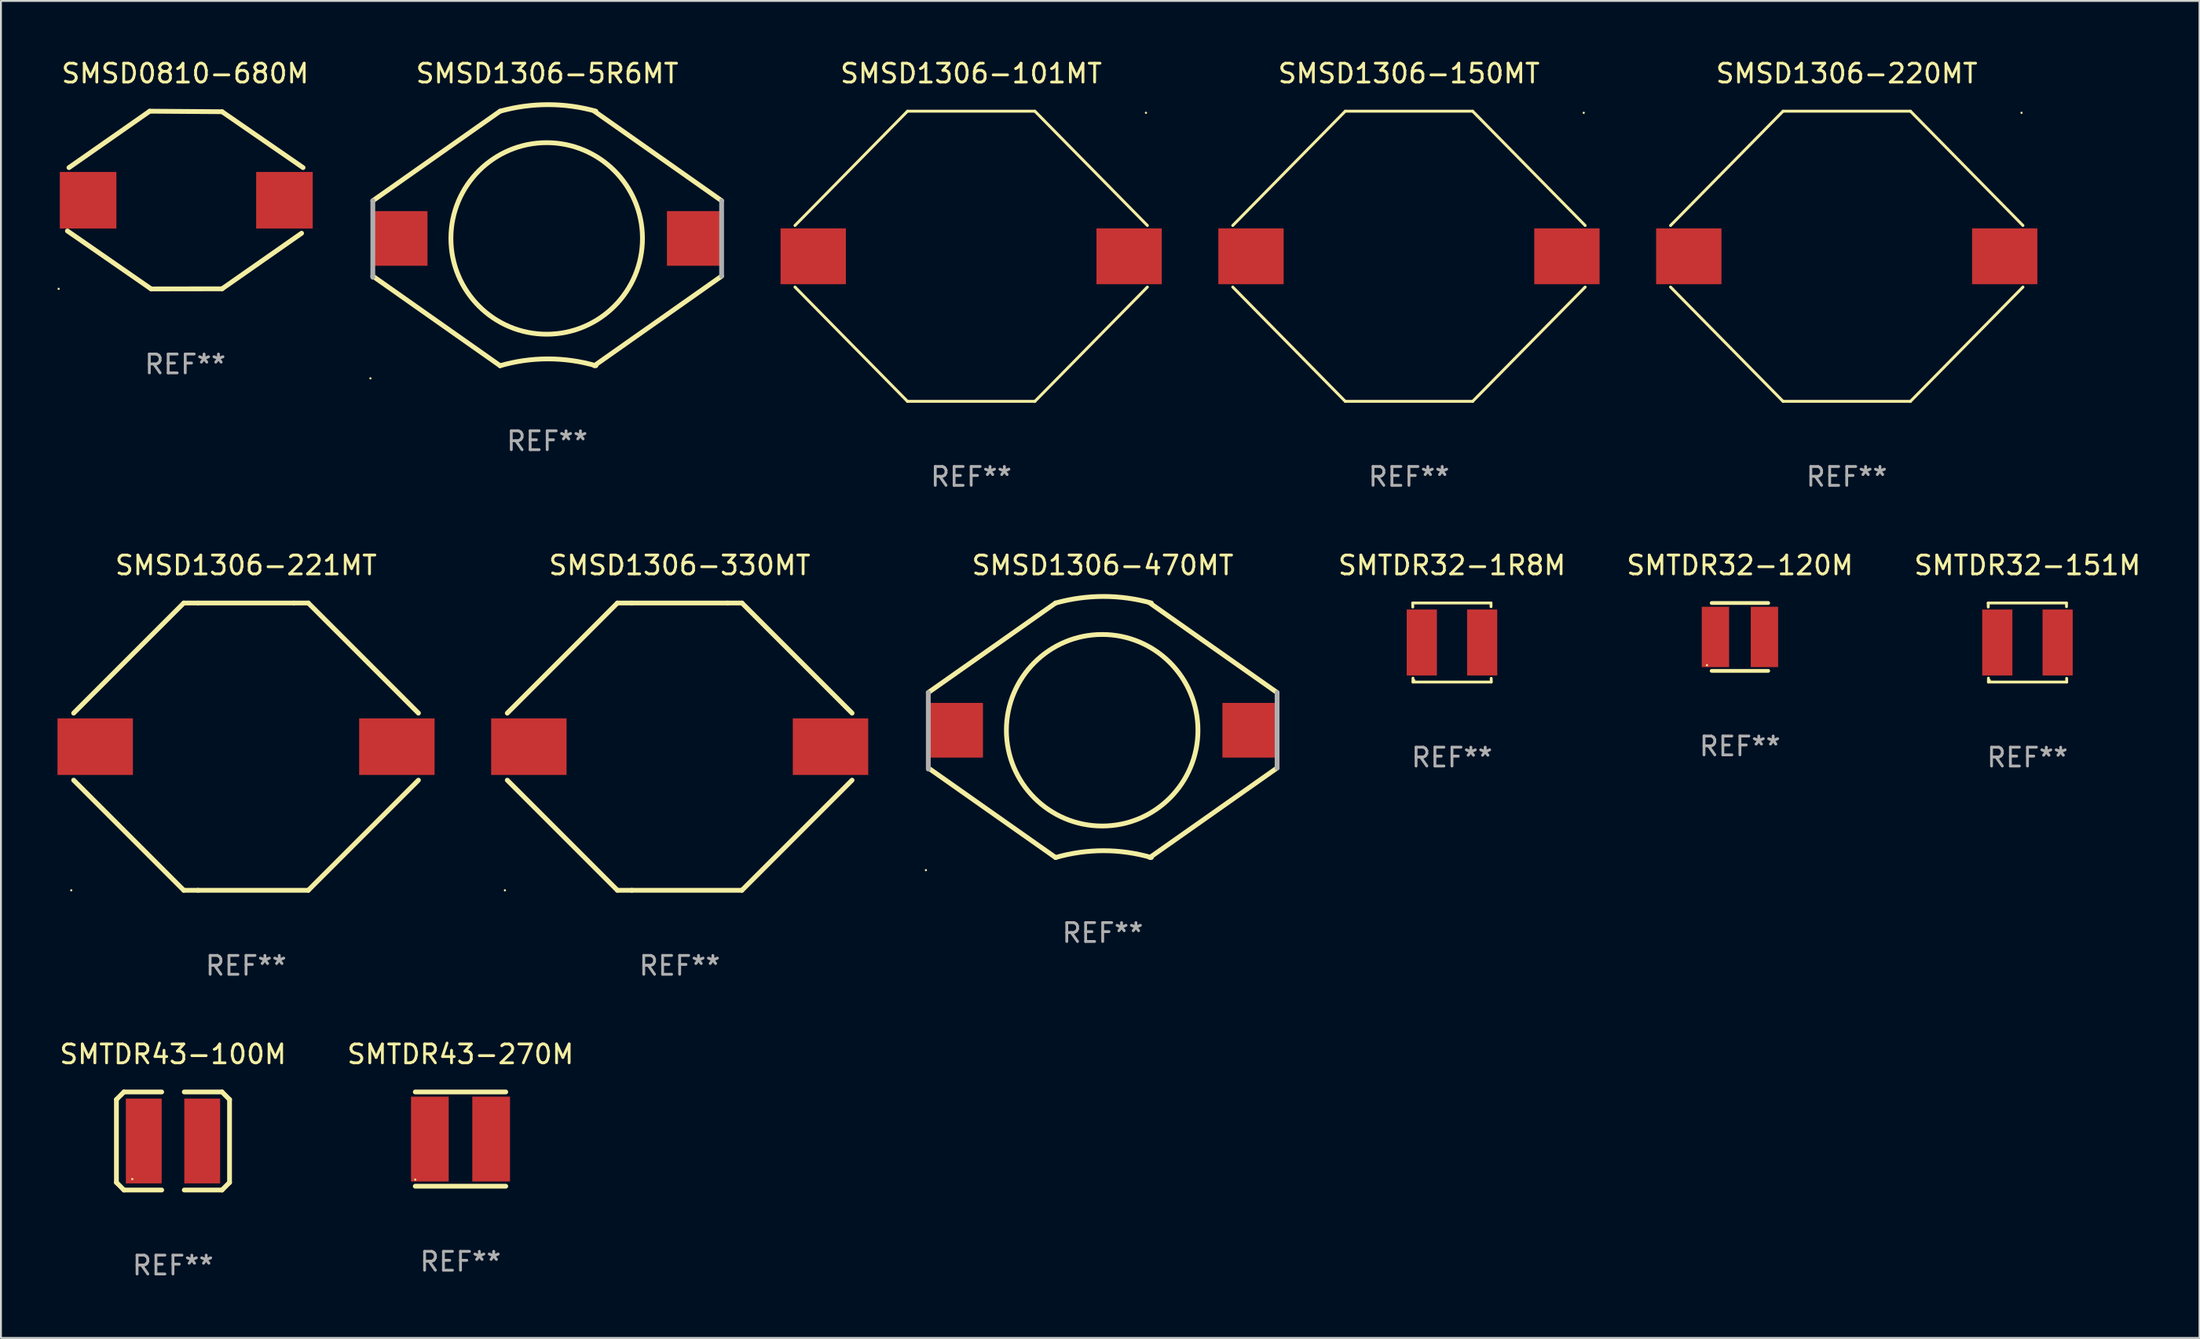
<source format=kicad_pcb>
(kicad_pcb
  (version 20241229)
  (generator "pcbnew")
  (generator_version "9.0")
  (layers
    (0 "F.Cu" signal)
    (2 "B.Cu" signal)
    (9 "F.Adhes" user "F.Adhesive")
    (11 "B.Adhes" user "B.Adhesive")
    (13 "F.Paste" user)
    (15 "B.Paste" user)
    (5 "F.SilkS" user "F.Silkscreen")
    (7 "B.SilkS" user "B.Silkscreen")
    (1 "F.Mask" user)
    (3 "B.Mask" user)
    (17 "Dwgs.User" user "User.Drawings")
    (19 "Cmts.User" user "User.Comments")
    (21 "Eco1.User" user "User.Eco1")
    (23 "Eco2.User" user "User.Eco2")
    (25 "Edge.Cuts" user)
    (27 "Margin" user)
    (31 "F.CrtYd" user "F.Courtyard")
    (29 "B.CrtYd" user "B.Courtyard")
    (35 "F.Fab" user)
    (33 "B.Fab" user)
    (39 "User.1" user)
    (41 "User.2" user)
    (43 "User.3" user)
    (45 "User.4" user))
  (footprint "SMSD1306-221MT"
    (layer "F.Cu")
    (at 10 36.557)
    (property "Reference" "SMSD1306-221MT" (at 0 -9.62 0) (layer "F.SilkS") (effects (font (size 1 1) (thickness 0.15))))
    (attr through_hole)
    (fp_line (start -3.302 -7.62) (end -9.144 -1.778) (stroke (width 0.254) (type solid)) (layer "F.SilkS"))
    (fp_line (start -3.302 7.62) (end -9.144 1.778) (stroke (width 0.254) (type solid)) (layer "F.SilkS"))
    (fp_line (start -2.541 -7.62) (end 2.539 -7.62) (stroke (width 0.254) (type solid)) (layer "F.SilkS"))
    (fp_line (start -2.541 7.62) (end 3.301 7.62) (stroke (width 0.254) (type solid)) (layer "F.SilkS"))
    (fp_line (start -2.54 -7.62) (end -3.302 -7.62) (stroke (width 0.254) (type solid)) (layer "F.SilkS"))
    (fp_line (start -2.54 7.62) (end -3.302 7.62) (stroke (width 0.254) (type solid)) (layer "F.SilkS"))
    (fp_line (start 2.54 -7.62) (end 3.302 -7.62) (stroke (width 0.254) (type solid)) (layer "F.SilkS"))
    (fp_line (start 3.301 7.62) (end 9.143 1.778) (stroke (width 0.254) (type solid)) (layer "F.SilkS"))
    (fp_line (start 3.302 -7.62) (end 9.144 -1.778) (stroke (width 0.254) (type solid)) (layer "F.SilkS"))
    (fp_circle (center -9.27 7.62) (end -9.24 7.62) (stroke (width 0.06) (type solid)) (fill no) (layer "F.SilkS"))
    (fp_text user "REF**" (at 0 11.62 0) (layer "F.Fab") (effects (font (size 1 1) (thickness 0.15))))
    (pad "1" smd rect (at -8 0) (size 4 3) (layers "F.Cu" "F.Mask" "F.Paste"))
    (pad "2" smd rect (at 8 0) (size 4 3) (layers "F.Cu" "F.Mask" "F.Paste")))
  (footprint "SMSD1306-5R6MT"
    (layer "F.Cu")
    (at 25.974 9.598)
    (property "Reference" "SMSD1306-5R6MT" (at 0 -8.75 0) (layer "F.SilkS") (effects (font (size 1 1) (thickness 0.15))))
    (attr through_hole)
    (fp_line (start -9.25 -2) (end -2.5 -6.75) (stroke (width 0.254) (type solid)) (layer "F.SilkS"))
    (fp_line (start -2.5 6.75) (end -9.25 2) (stroke (width 0.254) (type solid)) (layer "F.SilkS"))
    (fp_line (start 9.25 -2) (end 2.5 -6.75) (stroke (width 0.254) (type solid)) (layer "F.SilkS"))
    (fp_line (start 9.25 2) (end 2.5 6.75) (stroke (width 0.254) (type solid)) (layer "F.SilkS"))
    (fp_arc (start -2.499365 -6.748793) (mid 0.04064 -7.096795) (end 2.580645 -6.748793) (stroke (width 0.254001) (type solid)) (layer "F.SilkS"))
    (fp_arc (start -2.499365 6.751334) (mid 0.04064 6.390169) (end 2.580645 6.751334) (stroke (width 0.254001) (type solid)) (layer "F.SilkS"))
    (fp_circle (center -9.377 7.421) (end -9.347 7.421) (stroke (width 0.06) (type solid)) (fill no) (layer "F.SilkS"))
    (fp_circle (center -0.028 0) (end 5.052 0) (stroke (width 0.254) (type solid)) (fill no) (layer "F.SilkS"))
    (fp_line (start -9.25 -2) (end -9.25 2.06) (stroke (width 0.254) (type solid)) (layer "F.Fab"))
    (fp_line (start 9.25 2) (end 9.25 -2) (stroke (width 0.254) (type solid)) (layer "F.Fab"))
    (fp_text user "REF**" (at 0 10.75 0) (layer "F.Fab") (effects (font (size 1 1) (thickness 0.15))))
    (pad "1" smd rect (at -7.85 0) (size 3 2.9) (layers "F.Cu" "F.Mask" "F.Paste"))
    (pad "2" smd rect (at 7.85 0) (size 3 2.9) (layers "F.Cu" "F.Mask" "F.Paste")))
  (footprint "SMSD1306-470MT"
    (layer "F.Cu")
    (at 55.437 35.687)
    (property "Reference" "SMSD1306-470MT" (at 0 -8.75 0) (layer "F.SilkS") (effects (font (size 1 1) (thickness 0.15))))
    (attr through_hole)
    (fp_line (start -9.25 -2) (end -2.5 -6.75) (stroke (width 0.254) (type solid)) (layer "F.SilkS"))
    (fp_line (start -2.5 6.75) (end -9.25 2) (stroke (width 0.254) (type solid)) (layer "F.SilkS"))
    (fp_line (start 9.25 -2) (end 2.5 -6.75) (stroke (width 0.254) (type solid)) (layer "F.SilkS"))
    (fp_line (start 9.25 2) (end 2.5 6.75) (stroke (width 0.254) (type solid)) (layer "F.SilkS"))
    (fp_arc (start -2.499365 -6.748793) (mid 0.04064 -7.096795) (end 2.580645 -6.748793) (stroke (width 0.254001) (type solid)) (layer "F.SilkS"))
    (fp_arc (start -2.499365 6.751334) (mid 0.04064 6.390169) (end 2.580645 6.751334) (stroke (width 0.254001) (type solid)) (layer "F.SilkS"))
    (fp_circle (center -9.377 7.421) (end -9.347 7.421) (stroke (width 0.06) (type solid)) (fill no) (layer "F.SilkS"))
    (fp_circle (center -0.028 0) (end 5.052 0) (stroke (width 0.254) (type solid)) (fill no) (layer "F.SilkS"))
    (fp_line (start -9.25 -2) (end -9.25 2.06) (stroke (width 0.254) (type solid)) (layer "F.Fab"))
    (fp_line (start 9.25 2) (end 9.25 -2) (stroke (width 0.254) (type solid)) (layer "F.Fab"))
    (fp_text user "REF**" (at 0 10.75 0) (layer "F.Fab") (effects (font (size 1 1) (thickness 0.15))))
    (pad "1" smd rect (at -7.85 0) (size 3 2.9) (layers "F.Cu" "F.Mask" "F.Paste"))
    (pad "2" smd rect (at 7.85 0) (size 3 2.9) (layers "F.Cu" "F.Mask" "F.Paste")))
  (footprint "SMSD1306-101MT"
    (layer "F.Cu")
    (at 48.461 10.544)
    (property "Reference" "SMSD1306-101MT" (at 0 -9.696 0) (layer "F.SilkS") (effects (font (size 1 1) (thickness 0.15))))
    (attr through_hole)
    (fp_line (start -9.346 -1.632) (end -3.379 -7.696) (stroke (width 0.152) (type solid)) (layer "F.SilkS"))
    (fp_line (start -9.346 1.632) (end -3.379 7.696) (stroke (width 0.152) (type solid)) (layer "F.SilkS"))
    (fp_line (start -3.379 -7.696) (end 3.379 -7.696) (stroke (width 0.152) (type solid)) (layer "F.SilkS"))
    (fp_line (start -3.379 7.696) (end 3.379 7.696) (stroke (width 0.152) (type solid)) (layer "F.SilkS"))
    (fp_line (start 9.346 -1.632) (end 3.379 -7.696) (stroke (width 0.152) (type solid)) (layer "F.SilkS"))
    (fp_line (start 9.346 1.632) (end 3.379 7.696) (stroke (width 0.152) (type solid)) (layer "F.SilkS"))
    (fp_circle (center 9.27 -7.61) (end 9.3 -7.61) (stroke (width 0.06) (type solid)) (fill no) (layer "F.SilkS"))
    (fp_text user "REF**" (at 0 11.696 0) (layer "F.Fab") (effects (font (size 1 1) (thickness 0.15))))
    (pad "1" smd rect (at 8.378 0) (size 3.464 2.96) (layers "F.Cu" "F.Mask" "F.Paste"))
    (pad "2" smd rect (at -8.378 0) (size 3.464 2.96) (layers "F.Cu" "F.Mask" "F.Paste")))
  (footprint "SMTDR43-270M"
    (layer "F.Cu")
    (at 21.375 57.374)
    (property "Reference" "SMTDR43-270M" (at 0 -4.5 0) (layer "F.SilkS") (effects (font (size 1 1) (thickness 0.15))))
    (attr through_hole)
    (fp_line (start -2.4 -2.5) (end 2.4 -2.5) (stroke (width 0.254) (type solid)) (layer "F.SilkS"))
    (fp_line (start 2.4 2.5) (end -2.4 2.5) (stroke (width 0.254) (type solid)) (layer "F.SilkS"))
    (fp_circle (center -2.4 2.15) (end -2.37 2.15) (stroke (width 0.06) (type solid)) (fill no) (layer "F.SilkS"))
    (fp_text user "REF**" (at 0 6.5 0) (layer "F.Fab") (effects (font (size 1 1) (thickness 0.15))))
    (pad "1" smd rect (at -1.625 0) (size 2 4.5) (layers "F.Cu" "F.Mask" "F.Paste"))
    (pad "2" smd rect (at 1.625 0) (size 2 4.5) (layers "F.Cu" "F.Mask" "F.Paste")))
  (footprint "SMSD0810-680M"
    (layer "F.Cu")
    (at 6.775 7.562)
    (property "Reference" "SMSD0810-680M" (at 0 -6.714 0) (layer "F.SilkS") (effects (font (size 1 1) (thickness 0.15))))
    (attr through_hole)
    (fp_line (start -6.249 1.639) (end -1.81 4.714) (stroke (width 0.254) (type solid)) (layer "F.SilkS"))
    (fp_line (start -6.167 -1.721) (end -1.884 -4.714) (stroke (width 0.254) (type solid)) (layer "F.SilkS"))
    (fp_line (start -1.884 -4.714) (end 1.954 -4.686) (stroke (width 0.254) (type solid)) (layer "F.SilkS"))
    (fp_line (start -1.81 4.714) (end 1.953 4.708) (stroke (width 0.254) (type solid)) (layer "F.SilkS"))
    (fp_line (start 1.953 4.708) (end 6.171 1.76) (stroke (width 0.254) (type solid)) (layer "F.SilkS"))
    (fp_line (start 1.954 -4.686) (end 6.249 -1.721) (stroke (width 0.254) (type solid)) (layer "F.SilkS"))
    (fp_circle (center -6.715 4.709) (end -6.685 4.709) (stroke (width 0.06) (type solid)) (fill no) (layer "F.SilkS"))
    (fp_text user "REF**" (at 0 8.714 0) (layer "F.Fab") (effects (font (size 1 1) (thickness 0.15))))
    (pad "1" smd rect (at -5.152 0.009) (size 3 3) (layers "F.Cu" "F.Mask" "F.Paste"))
    (pad "2" smd rect (at 5.262 0.009) (size 3 3) (layers "F.Cu" "F.Mask" "F.Paste")))
  (footprint "SMSD1306-330MT"
    (layer "F.Cu")
    (at 33 36.557)
    (property "Reference" "SMSD1306-330MT" (at 0 -9.62 0) (layer "F.SilkS") (effects (font (size 1 1) (thickness 0.15))))
    (attr through_hole)
    (fp_line (start -3.302 -7.62) (end -9.144 -1.778) (stroke (width 0.254) (type solid)) (layer "F.SilkS"))
    (fp_line (start -3.302 7.62) (end -9.144 1.778) (stroke (width 0.254) (type solid)) (layer "F.SilkS"))
    (fp_line (start -2.541 -7.62) (end 2.539 -7.62) (stroke (width 0.254) (type solid)) (layer "F.SilkS"))
    (fp_line (start -2.541 7.62) (end 3.301 7.62) (stroke (width 0.254) (type solid)) (layer "F.SilkS"))
    (fp_line (start -2.54 -7.62) (end -3.302 -7.62) (stroke (width 0.254) (type solid)) (layer "F.SilkS"))
    (fp_line (start -2.54 7.62) (end -3.302 7.62) (stroke (width 0.254) (type solid)) (layer "F.SilkS"))
    (fp_line (start 2.54 -7.62) (end 3.302 -7.62) (stroke (width 0.254) (type solid)) (layer "F.SilkS"))
    (fp_line (start 3.301 7.62) (end 9.143 1.778) (stroke (width 0.254) (type solid)) (layer "F.SilkS"))
    (fp_line (start 3.302 -7.62) (end 9.144 -1.778) (stroke (width 0.254) (type solid)) (layer "F.SilkS"))
    (fp_circle (center -9.27 7.62) (end -9.24 7.62) (stroke (width 0.06) (type solid)) (fill no) (layer "F.SilkS"))
    (fp_text user "REF**" (at 0 11.62 0) (layer "F.Fab") (effects (font (size 1 1) (thickness 0.15))))
    (pad "1" smd rect (at -8 0) (size 4 3) (layers "F.Cu" "F.Mask" "F.Paste"))
    (pad "2" smd rect (at 8 0) (size 4 3) (layers "F.Cu" "F.Mask" "F.Paste")))
  (footprint "SMTDR32-1R8M"
    (layer "F.Cu")
    (at 73.963 31.033)
    (property "Reference" "SMTDR32-1R8M" (at 0 -4.096 0) (layer "F.SilkS") (effects (font (size 1 1) (thickness 0.15))))
    (attr through_hole)
    (fp_line (start -2.083 -2.096) (end -2.08 -1.88) (stroke (width 0.15) (type solid)) (layer "F.SilkS"))
    (fp_line (start -2.07 1.89) (end -2.07 2.096) (stroke (width 0.15) (type solid)) (layer "F.SilkS"))
    (fp_line (start -2.07 2.096) (end 2.083 2.096) (stroke (width 0.15) (type solid)) (layer "F.SilkS"))
    (fp_line (start 2.07 -1.9) (end 2.07 -2.096) (stroke (width 0.15) (type solid)) (layer "F.SilkS"))
    (fp_line (start 2.07 -2.096) (end -2.083 -2.096) (stroke (width 0.15) (type solid)) (layer "F.SilkS"))
    (fp_line (start 2.083 2.096) (end 2.08 1.9) (stroke (width 0.15) (type solid)) (layer "F.SilkS"))
    (fp_circle (center -2 2) (end -1.97 2) (stroke (width 0.06) (type solid)) (fill no) (layer "F.SilkS"))
    (fp_text user "REF**" (at 0 6.096 0) (layer "F.Fab") (effects (font (size 1 1) (thickness 0.15))))
    (pad "1" smd rect (at -1.6 -0.000343) (size 1.6 3.5) (layers "F.Cu" "F.Mask" "F.Paste"))
    (pad "2" smd rect (at 1.6 -0.000343) (size 1.6 3.5) (layers "F.Cu" "F.Mask" "F.Paste")))
  (footprint "SMSD1306-150MT"
    (layer "F.Cu")
    (at 71.681 10.544)
    (property "Reference" "SMSD1306-150MT" (at 0 -9.696 0) (layer "F.SilkS") (effects (font (size 1 1) (thickness 0.15))))
    (attr through_hole)
    (fp_line (start -9.346 -1.632) (end -3.379 -7.696) (stroke (width 0.152) (type solid)) (layer "F.SilkS"))
    (fp_line (start -9.346 1.632) (end -3.379 7.696) (stroke (width 0.152) (type solid)) (layer "F.SilkS"))
    (fp_line (start -3.379 -7.696) (end 3.379 -7.696) (stroke (width 0.152) (type solid)) (layer "F.SilkS"))
    (fp_line (start -3.379 7.696) (end 3.379 7.696) (stroke (width 0.152) (type solid)) (layer "F.SilkS"))
    (fp_line (start 9.346 -1.632) (end 3.379 -7.696) (stroke (width 0.152) (type solid)) (layer "F.SilkS"))
    (fp_line (start 9.346 1.632) (end 3.379 7.696) (stroke (width 0.152) (type solid)) (layer "F.SilkS"))
    (fp_circle (center 9.27 -7.61) (end 9.3 -7.61) (stroke (width 0.06) (type solid)) (fill no) (layer "F.SilkS"))
    (fp_text user "REF**" (at 0 11.696 0) (layer "F.Fab") (effects (font (size 1 1) (thickness 0.15))))
    (pad "1" smd rect (at 8.378 0) (size 3.464 2.96) (layers "F.Cu" "F.Mask" "F.Paste"))
    (pad "2" smd rect (at -8.378 0) (size 3.464 2.96) (layers "F.Cu" "F.Mask" "F.Paste")))
  (footprint "SMTDR32-151M"
    (layer "F.Cu")
    (at 104.486 31.033)
    (property "Reference" "SMTDR32-151M" (at 0 -4.096 0) (layer "F.SilkS") (effects (font (size 1 1) (thickness 0.15))))
    (attr through_hole)
    (fp_line (start -2.083 -2.096) (end -2.08 -1.88) (stroke (width 0.15) (type solid)) (layer "F.SilkS"))
    (fp_line (start -2.07 1.89) (end -2.07 2.096) (stroke (width 0.15) (type solid)) (layer "F.SilkS"))
    (fp_line (start -2.07 2.096) (end 2.083 2.096) (stroke (width 0.15) (type solid)) (layer "F.SilkS"))
    (fp_line (start 2.07 -1.9) (end 2.07 -2.096) (stroke (width 0.15) (type solid)) (layer "F.SilkS"))
    (fp_line (start 2.07 -2.096) (end -2.083 -2.096) (stroke (width 0.15) (type solid)) (layer "F.SilkS"))
    (fp_line (start 2.083 2.096) (end 2.08 1.9) (stroke (width 0.15) (type solid)) (layer "F.SilkS"))
    (fp_circle (center -2 2) (end -1.97 2) (stroke (width 0.06) (type solid)) (fill no) (layer "F.SilkS"))
    (fp_text user "REF**" (at 0 6.096 0) (layer "F.Fab") (effects (font (size 1 1) (thickness 0.15))))
    (pad "1" smd rect (at -1.6 -0.000343) (size 1.6 3.5) (layers "F.Cu" "F.Mask" "F.Paste"))
    (pad "2" smd rect (at 1.6 -0.000343) (size 1.6 3.5) (layers "F.Cu" "F.Mask" "F.Paste")))
  (footprint "SMSD1306-220MT"
    (layer "F.Cu")
    (at 94.901 10.544)
    (property "Reference" "SMSD1306-220MT" (at 0 -9.696 0) (layer "F.SilkS") (effects (font (size 1 1) (thickness 0.15))))
    (attr through_hole)
    (fp_line (start -9.346 -1.632) (end -3.379 -7.696) (stroke (width 0.152) (type solid)) (layer "F.SilkS"))
    (fp_line (start -9.346 1.632) (end -3.379 7.696) (stroke (width 0.152) (type solid)) (layer "F.SilkS"))
    (fp_line (start -3.379 -7.696) (end 3.379 -7.696) (stroke (width 0.152) (type solid)) (layer "F.SilkS"))
    (fp_line (start -3.379 7.696) (end 3.379 7.696) (stroke (width 0.152) (type solid)) (layer "F.SilkS"))
    (fp_line (start 9.346 -1.632) (end 3.379 -7.696) (stroke (width 0.152) (type solid)) (layer "F.SilkS"))
    (fp_line (start 9.346 1.632) (end 3.379 7.696) (stroke (width 0.152) (type solid)) (layer "F.SilkS"))
    (fp_circle (center 9.27 -7.61) (end 9.3 -7.61) (stroke (width 0.06) (type solid)) (fill no) (layer "F.SilkS"))
    (fp_text user "REF**" (at 0 11.696 0) (layer "F.Fab") (effects (font (size 1 1) (thickness 0.15))))
    (pad "1" smd rect (at 8.378 0) (size 3.464 2.96) (layers "F.Cu" "F.Mask" "F.Paste"))
    (pad "2" smd rect (at -8.378 0) (size 3.464 2.96) (layers "F.Cu" "F.Mask" "F.Paste")))
  (footprint "SMTDR32-120M"
    (layer "F.Cu")
    (at 89.236 30.737)
    (property "Reference" "SMTDR32-120M" (at 0 -3.8 0) (layer "F.SilkS") (effects (font (size 1 1) (thickness 0.15))))
    (attr through_hole)
    (fp_line (start -1.5 -1.8) (end 1.5 -1.8) (stroke (width 0.2) (type solid)) (layer "F.SilkS"))
    (fp_line (start -1.5 1.8) (end 1.5 1.8) (stroke (width 0.2) (type solid)) (layer "F.SilkS"))
    (fp_circle (center -1.75 1.5) (end -1.72 1.5) (stroke (width 0.06) (type solid)) (fill no) (layer "F.SilkS"))
    (fp_text user "REF**" (at 0 5.8 0) (layer "F.Fab") (effects (font (size 1 1) (thickness 0.15))))
    (pad "1" smd rect (at -1.3 0) (size 1.45 3.2) (layers "F.Cu" "F.Mask" "F.Paste"))
    (pad "2" smd rect (at 1.3 0) (size 1.45 3.2) (layers "F.Cu" "F.Mask" "F.Paste")))
  (footprint "SMTDR43-100M"
    (layer "F.Cu")
    (at 6.125 57.475)
    (property "Reference" "SMTDR43-100M" (at 0 -4.601 0) (layer "F.SilkS") (effects (font (size 1 1) (thickness 0.15))))
    (attr through_hole)
    (fp_line (start -3 -2.2) (end -2.601 -2.601) (stroke (width 0.254) (type solid)) (layer "F.SilkS"))
    (fp_line (start -3 2.2) (end -3 -2.2) (stroke (width 0.254) (type solid)) (layer "F.SilkS"))
    (fp_line (start -2.601 -2.601) (end -0.599 -2.601) (stroke (width 0.254) (type solid)) (layer "F.SilkS"))
    (fp_line (start -2.601 2.601) (end -3 2.2) (stroke (width 0.254) (type solid)) (layer "F.SilkS"))
    (fp_line (start -0.599 2.601) (end -2.601 2.601) (stroke (width 0.254) (type solid)) (layer "F.SilkS"))
    (fp_line (start 0.599 -2.601) (end 2.601 -2.601) (stroke (width 0.254) (type solid)) (layer "F.SilkS"))
    (fp_line (start 2.601 -2.601) (end 3 -2.2) (stroke (width 0.254) (type solid)) (layer "F.SilkS"))
    (fp_line (start 2.601 2.601) (end 0.599 2.601) (stroke (width 0.254) (type solid)) (layer "F.SilkS"))
    (fp_line (start 3 -2.2) (end 3 2.2) (stroke (width 0.254) (type solid)) (layer "F.SilkS"))
    (fp_line (start 3 2.2) (end 2.601 2.601) (stroke (width 0.254) (type solid)) (layer "F.SilkS"))
    (fp_circle (center -2.159 2.02) (end -2.129 2.02) (stroke (width 0.06) (type solid)) (fill no) (layer "F.SilkS"))
    (fp_text user "REF**" (at 0 6.601 0) (layer "F.Fab") (effects (font (size 1 1) (thickness 0.15))))
    (pad "1" smd rect (at -1.55 0) (size 1.9 4.5) (layers "F.Cu" "F.Mask" "F.Paste"))
    (pad "2" smd rect (at 1.55 0) (size 1.9 4.5) (layers "F.Cu" "F.Mask" "F.Paste")))
  (gr_rect
    (start -3 -3)
    (end 113.611 67.924)
    (stroke (width 0.1) (type default))
    (fill no)
    (layer "Edge.Cuts")))
</source>
